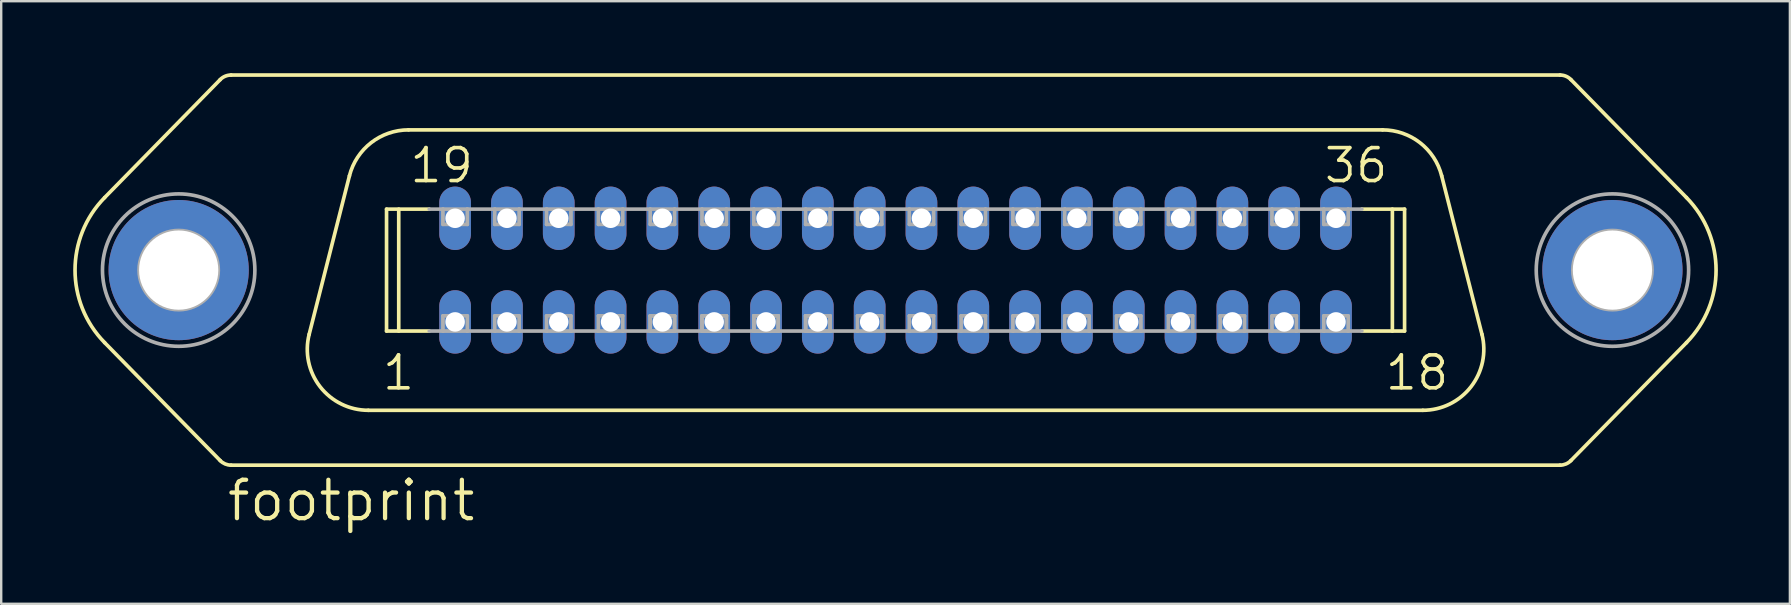
<source format=kicad_pcb>
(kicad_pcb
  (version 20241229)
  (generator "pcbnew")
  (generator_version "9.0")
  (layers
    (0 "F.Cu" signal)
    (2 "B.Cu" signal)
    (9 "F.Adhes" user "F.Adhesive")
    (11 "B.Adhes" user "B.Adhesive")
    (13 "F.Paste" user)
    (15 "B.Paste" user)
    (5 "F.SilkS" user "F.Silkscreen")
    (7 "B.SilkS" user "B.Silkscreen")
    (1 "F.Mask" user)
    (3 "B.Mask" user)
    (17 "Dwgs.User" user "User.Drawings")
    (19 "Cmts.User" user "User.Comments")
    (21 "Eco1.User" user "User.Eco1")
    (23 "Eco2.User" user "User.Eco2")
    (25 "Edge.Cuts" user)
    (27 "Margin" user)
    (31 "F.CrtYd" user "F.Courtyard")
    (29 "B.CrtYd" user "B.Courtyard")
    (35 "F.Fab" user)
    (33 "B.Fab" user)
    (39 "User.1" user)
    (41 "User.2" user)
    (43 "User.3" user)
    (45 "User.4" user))
  (footprint "footprint"
    (layer "F.Cu")
    (at 34.265 8.204)
    (property "Reference" "footprint" (at -27.94 10.541 0) (layer "F.SilkS") (effects (font (size 1.6 1.6) (thickness 0.178)) (justify left bottom)))
    (fp_line (start -28.14 -7.937) (end -32.955 -3.022) (stroke (width 0.152) (type solid)) (layer "F.SilkS"))
    (fp_line (start -28.14 7.937) (end -32.955 3.022) (stroke (width 0.152) (type solid)) (layer "F.SilkS"))
    (fp_line (start -27.686 -8.128) (end 27.686 -8.128) (stroke (width 0.152) (type solid)) (layer "F.SilkS"))
    (fp_line (start -27.686 8.128) (end 27.686 8.128) (stroke (width 0.152) (type solid)) (layer "F.SilkS"))
    (fp_line (start -22.755 -3.928) (end -24.433 2.676) (stroke (width 0.152) (type solid)) (layer "F.SilkS"))
    (fp_line (start -21.971 5.842) (end 21.971 5.842) (stroke (width 0.152) (type solid)) (layer "F.SilkS"))
    (fp_line (start -21.209 -2.54) (end -19.429 -2.54) (stroke (width 0.152) (type solid)) (layer "F.SilkS"))
    (fp_line (start -21.209 2.54) (end -21.209 -2.54) (stroke (width 0.152) (type solid)) (layer "F.SilkS"))
    (fp_line (start -21.209 2.54) (end -19.429 2.54) (stroke (width 0.152) (type solid)) (layer "F.SilkS"))
    (fp_line (start -20.701 2.54) (end -20.701 -2.54) (stroke (width 0.152) (type solid)) (layer "F.SilkS"))
    (fp_line (start -20.293 -5.842) (end 20.293 -5.842) (stroke (width 0.152) (type solid)) (layer "F.SilkS"))
    (fp_line (start 19.429 -2.54) (end 21.209 -2.54) (stroke (width 0.152) (type solid)) (layer "F.SilkS"))
    (fp_line (start 19.429 2.54) (end 21.209 2.54) (stroke (width 0.152) (type solid)) (layer "F.SilkS"))
    (fp_line (start 20.701 2.54) (end 20.701 -2.54) (stroke (width 0.152) (type solid)) (layer "F.SilkS"))
    (fp_line (start 21.209 2.54) (end 21.209 -2.54) (stroke (width 0.152) (type solid)) (layer "F.SilkS"))
    (fp_line (start 22.755 -3.928) (end 24.433 2.676) (stroke (width 0.152) (type solid)) (layer "F.SilkS"))
    (fp_line (start 28.14 -7.937) (end 32.955 -3.022) (stroke (width 0.152) (type solid)) (layer "F.SilkS"))
    (fp_line (start 28.14 7.937) (end 32.955 3.022) (stroke (width 0.152) (type solid)) (layer "F.SilkS"))
    (fp_arc (start -32.954999 3.022001) (mid -34.188365 0.000401) (end -32.955 -3.0212) (stroke (width 0.1524) (type solid)) (layer "F.SilkS"))
    (fp_arc (start -28.14 -7.937) (mid -27.93241 -8.078018) (end -27.6864 -8.1276) (stroke (width 0.1524) (type solid)) (layer "F.SilkS"))
    (fp_arc (start -27.6864 8.1276) (mid -27.93241 8.078018) (end -28.14 7.937) (stroke (width 0.1524) (type solid)) (layer "F.SilkS"))
    (fp_arc (start -22.755 -3.928) (mid -21.852487 -5.307487) (end -20.293199 -5.842401) (stroke (width 0.1524) (type solid)) (layer "F.SilkS"))
    (fp_arc (start -21.971198 5.8416) (mid -23.976285 4.860864) (end -24.433 2.676) (stroke (width 0.1524) (type solid)) (layer "F.SilkS"))
    (fp_arc (start 20.293 -5.842) (mid 21.852288 -5.307086) (end 22.7548 -3.927599) (stroke (width 0.1524) (type solid)) (layer "F.SilkS"))
    (fp_arc (start 24.433 2.675998) (mid 23.976287 4.860862) (end 21.9712 5.8416) (stroke (width 0.1524) (type solid)) (layer "F.SilkS"))
    (fp_arc (start 27.6864 -8.1276) (mid 27.93241 -8.078018) (end 28.14 -7.937) (stroke (width 0.1524) (type solid)) (layer "F.SilkS"))
    (fp_arc (start 28.14 7.937) (mid 27.93241 8.078018) (end 27.6864 8.1276) (stroke (width 0.1524) (type solid)) (layer "F.SilkS"))
    (fp_arc (start 32.954999 -3.021201) (mid 34.188365 0.000399) (end 32.955 3.022) (stroke (width 0.1524) (type solid)) (layer "F.SilkS"))
    (fp_line (start -19.429 -2.54) (end -18.86 -2.54) (stroke (width 0.152) (type solid)) (layer "F.Fab"))
    (fp_line (start -19.429 2.54) (end -18.86 2.54) (stroke (width 0.152) (type solid)) (layer "F.Fab"))
    (fp_line (start -18.86 -2.54) (end -17.843 -2.54) (stroke (width 0.152) (type solid)) (layer "F.Fab"))
    (fp_line (start -18.86 -1.905) (end -18.86 -2.54) (stroke (width 0.152) (type solid)) (layer "F.Fab"))
    (fp_line (start -18.86 1.905) (end -17.843 1.905) (stroke (width 0.152) (type solid)) (layer "F.Fab"))
    (fp_line (start -18.86 2.54) (end -18.86 1.905) (stroke (width 0.152) (type solid)) (layer "F.Fab"))
    (fp_line (start -17.843 -2.54) (end -17.843 -1.905) (stroke (width 0.152) (type solid)) (layer "F.Fab"))
    (fp_line (start -17.843 -2.54) (end -16.701 -2.54) (stroke (width 0.152) (type solid)) (layer "F.Fab"))
    (fp_line (start -17.843 -1.905) (end -18.86 -1.905) (stroke (width 0.152) (type solid)) (layer "F.Fab"))
    (fp_line (start -17.843 1.905) (end -17.843 2.54) (stroke (width 0.152) (type solid)) (layer "F.Fab"))
    (fp_line (start -17.843 2.54) (end -18.86 2.54) (stroke (width 0.152) (type solid)) (layer "F.Fab"))
    (fp_line (start -17.843 2.54) (end -16.701 2.54) (stroke (width 0.152) (type solid)) (layer "F.Fab"))
    (fp_line (start -16.701 -2.54) (end -15.684 -2.54) (stroke (width 0.152) (type solid)) (layer "F.Fab"))
    (fp_line (start -16.701 -1.905) (end -16.701 -2.54) (stroke (width 0.152) (type solid)) (layer "F.Fab"))
    (fp_line (start -16.701 1.905) (end -15.684 1.905) (stroke (width 0.152) (type solid)) (layer "F.Fab"))
    (fp_line (start -16.701 2.54) (end -16.701 1.905) (stroke (width 0.152) (type solid)) (layer "F.Fab"))
    (fp_line (start -15.684 -2.54) (end -15.684 -1.905) (stroke (width 0.152) (type solid)) (layer "F.Fab"))
    (fp_line (start -15.684 -2.54) (end -14.541 -2.54) (stroke (width 0.152) (type solid)) (layer "F.Fab"))
    (fp_line (start -15.684 -1.905) (end -16.701 -1.905) (stroke (width 0.152) (type solid)) (layer "F.Fab"))
    (fp_line (start -15.684 1.905) (end -15.684 2.54) (stroke (width 0.152) (type solid)) (layer "F.Fab"))
    (fp_line (start -15.684 2.54) (end -16.701 2.54) (stroke (width 0.152) (type solid)) (layer "F.Fab"))
    (fp_line (start -15.684 2.54) (end -14.541 2.54) (stroke (width 0.152) (type solid)) (layer "F.Fab"))
    (fp_line (start -14.541 -2.54) (end -13.525 -2.54) (stroke (width 0.152) (type solid)) (layer "F.Fab"))
    (fp_line (start -14.541 -1.905) (end -14.541 -2.54) (stroke (width 0.152) (type solid)) (layer "F.Fab"))
    (fp_line (start -14.541 1.905) (end -13.525 1.905) (stroke (width 0.152) (type solid)) (layer "F.Fab"))
    (fp_line (start -14.541 2.54) (end -14.541 1.905) (stroke (width 0.152) (type solid)) (layer "F.Fab"))
    (fp_line (start -13.525 -2.54) (end -13.525 -1.905) (stroke (width 0.152) (type solid)) (layer "F.Fab"))
    (fp_line (start -13.525 -2.54) (end -12.383 -2.54) (stroke (width 0.152) (type solid)) (layer "F.Fab"))
    (fp_line (start -13.525 -1.905) (end -14.541 -1.905) (stroke (width 0.152) (type solid)) (layer "F.Fab"))
    (fp_line (start -13.525 1.905) (end -13.525 2.54) (stroke (width 0.152) (type solid)) (layer "F.Fab"))
    (fp_line (start -13.525 2.54) (end -14.541 2.54) (stroke (width 0.152) (type solid)) (layer "F.Fab"))
    (fp_line (start -13.525 2.54) (end -12.383 2.54) (stroke (width 0.152) (type solid)) (layer "F.Fab"))
    (fp_line (start -12.383 -2.54) (end -11.367 -2.54) (stroke (width 0.152) (type solid)) (layer "F.Fab"))
    (fp_line (start -12.383 -1.905) (end -12.383 -2.54) (stroke (width 0.152) (type solid)) (layer "F.Fab"))
    (fp_line (start -12.383 1.905) (end -11.367 1.905) (stroke (width 0.152) (type solid)) (layer "F.Fab"))
    (fp_line (start -12.383 2.54) (end -12.383 1.905) (stroke (width 0.152) (type solid)) (layer "F.Fab"))
    (fp_line (start -11.367 -2.54) (end -11.367 -1.905) (stroke (width 0.152) (type solid)) (layer "F.Fab"))
    (fp_line (start -11.367 -2.54) (end -10.223 -2.54) (stroke (width 0.152) (type solid)) (layer "F.Fab"))
    (fp_line (start -11.367 -1.905) (end -12.383 -1.905) (stroke (width 0.152) (type solid)) (layer "F.Fab"))
    (fp_line (start -11.367 1.905) (end -11.367 2.54) (stroke (width 0.152) (type solid)) (layer "F.Fab"))
    (fp_line (start -11.367 2.54) (end -12.383 2.54) (stroke (width 0.152) (type solid)) (layer "F.Fab"))
    (fp_line (start -11.367 2.54) (end -10.223 2.54) (stroke (width 0.152) (type solid)) (layer "F.Fab"))
    (fp_line (start -10.223 -2.54) (end -9.207 -2.54) (stroke (width 0.152) (type solid)) (layer "F.Fab"))
    (fp_line (start -10.223 -1.905) (end -10.223 -2.54) (stroke (width 0.152) (type solid)) (layer "F.Fab"))
    (fp_line (start -10.223 1.905) (end -9.207 1.905) (stroke (width 0.152) (type solid)) (layer "F.Fab"))
    (fp_line (start -10.223 1.905) (end -9.207 1.905) (stroke (width 0.152) (type solid)) (layer "F.Fab"))
    (fp_line (start -10.223 2.54) (end -10.223 1.905) (stroke (width 0.152) (type solid)) (layer "F.Fab"))
    (fp_line (start -10.223 2.54) (end -10.223 1.905) (stroke (width 0.152) (type solid)) (layer "F.Fab"))
    (fp_line (start -9.207 -2.54) (end -9.207 -1.905) (stroke (width 0.152) (type solid)) (layer "F.Fab"))
    (fp_line (start -9.207 -2.54) (end -8.065 -2.54) (stroke (width 0.152) (type solid)) (layer "F.Fab"))
    (fp_line (start -9.207 -1.905) (end -10.223 -1.905) (stroke (width 0.152) (type solid)) (layer "F.Fab"))
    (fp_line (start -9.207 1.905) (end -9.207 2.54) (stroke (width 0.152) (type solid)) (layer "F.Fab"))
    (fp_line (start -9.207 1.905) (end -9.207 2.54) (stroke (width 0.152) (type solid)) (layer "F.Fab"))
    (fp_line (start -9.207 2.54) (end -10.223 2.54) (stroke (width 0.152) (type solid)) (layer "F.Fab"))
    (fp_line (start -9.207 2.54) (end -10.223 2.54) (stroke (width 0.152) (type solid)) (layer "F.Fab"))
    (fp_line (start -9.207 2.54) (end -8.065 2.54) (stroke (width 0.152) (type solid)) (layer "F.Fab"))
    (fp_line (start -8.065 -2.54) (end -7.048 -2.54) (stroke (width 0.152) (type solid)) (layer "F.Fab"))
    (fp_line (start -8.065 -1.905) (end -8.065 -2.54) (stroke (width 0.152) (type solid)) (layer "F.Fab"))
    (fp_line (start -8.065 1.905) (end -7.048 1.905) (stroke (width 0.152) (type solid)) (layer "F.Fab"))
    (fp_line (start -8.065 1.905) (end -7.048 1.905) (stroke (width 0.152) (type solid)) (layer "F.Fab"))
    (fp_line (start -8.065 2.54) (end -8.065 1.905) (stroke (width 0.152) (type solid)) (layer "F.Fab"))
    (fp_line (start -8.065 2.54) (end -8.065 1.905) (stroke (width 0.152) (type solid)) (layer "F.Fab"))
    (fp_line (start -7.048 -2.54) (end -7.048 -1.905) (stroke (width 0.152) (type solid)) (layer "F.Fab"))
    (fp_line (start -7.048 -2.54) (end -5.905 -2.54) (stroke (width 0.152) (type solid)) (layer "F.Fab"))
    (fp_line (start -7.048 -1.905) (end -8.065 -1.905) (stroke (width 0.152) (type solid)) (layer "F.Fab"))
    (fp_line (start -7.048 1.905) (end -7.048 2.54) (stroke (width 0.152) (type solid)) (layer "F.Fab"))
    (fp_line (start -7.048 1.905) (end -7.048 2.54) (stroke (width 0.152) (type solid)) (layer "F.Fab"))
    (fp_line (start -7.048 2.54) (end -8.065 2.54) (stroke (width 0.152) (type solid)) (layer "F.Fab"))
    (fp_line (start -7.048 2.54) (end -8.065 2.54) (stroke (width 0.152) (type solid)) (layer "F.Fab"))
    (fp_line (start -7.048 2.54) (end -5.905 2.54) (stroke (width 0.152) (type solid)) (layer "F.Fab"))
    (fp_line (start -5.905 -2.54) (end -4.889 -2.54) (stroke (width 0.152) (type solid)) (layer "F.Fab"))
    (fp_line (start -5.905 -1.905) (end -5.905 -2.54) (stroke (width 0.152) (type solid)) (layer "F.Fab"))
    (fp_line (start -5.905 1.905) (end -4.889 1.905) (stroke (width 0.152) (type solid)) (layer "F.Fab"))
    (fp_line (start -5.905 1.905) (end -4.889 1.905) (stroke (width 0.152) (type solid)) (layer "F.Fab"))
    (fp_line (start -5.905 2.54) (end -5.905 1.905) (stroke (width 0.152) (type solid)) (layer "F.Fab"))
    (fp_line (start -5.905 2.54) (end -5.905 1.905) (stroke (width 0.152) (type solid)) (layer "F.Fab"))
    (fp_line (start -4.889 -2.54) (end -4.889 -1.905) (stroke (width 0.152) (type solid)) (layer "F.Fab"))
    (fp_line (start -4.889 -2.54) (end -3.747 -2.54) (stroke (width 0.152) (type solid)) (layer "F.Fab"))
    (fp_line (start -4.889 -1.905) (end -5.905 -1.905) (stroke (width 0.152) (type solid)) (layer "F.Fab"))
    (fp_line (start -4.889 1.905) (end -4.889 2.54) (stroke (width 0.152) (type solid)) (layer "F.Fab"))
    (fp_line (start -4.889 1.905) (end -4.889 2.54) (stroke (width 0.152) (type solid)) (layer "F.Fab"))
    (fp_line (start -4.889 2.54) (end -5.905 2.54) (stroke (width 0.152) (type solid)) (layer "F.Fab"))
    (fp_line (start -4.889 2.54) (end -5.905 2.54) (stroke (width 0.152) (type solid)) (layer "F.Fab"))
    (fp_line (start -4.889 2.54) (end -3.747 2.54) (stroke (width 0.152) (type solid)) (layer "F.Fab"))
    (fp_line (start -3.747 -2.54) (end -2.731 -2.54) (stroke (width 0.152) (type solid)) (layer "F.Fab"))
    (fp_line (start -3.747 -1.905) (end -3.747 -2.54) (stroke (width 0.152) (type solid)) (layer "F.Fab"))
    (fp_line (start -3.747 1.905) (end -2.731 1.905) (stroke (width 0.152) (type solid)) (layer "F.Fab"))
    (fp_line (start -3.747 1.905) (end -2.731 1.905) (stroke (width 0.152) (type solid)) (layer "F.Fab"))
    (fp_line (start -3.747 2.54) (end -3.747 1.905) (stroke (width 0.152) (type solid)) (layer "F.Fab"))
    (fp_line (start -3.747 2.54) (end -3.747 1.905) (stroke (width 0.152) (type solid)) (layer "F.Fab"))
    (fp_line (start -2.731 -2.54) (end -2.731 -1.905) (stroke (width 0.152) (type solid)) (layer "F.Fab"))
    (fp_line (start -2.731 -2.54) (end -1.587 -2.54) (stroke (width 0.152) (type solid)) (layer "F.Fab"))
    (fp_line (start -2.731 -1.905) (end -3.747 -1.905) (stroke (width 0.152) (type solid)) (layer "F.Fab"))
    (fp_line (start -2.731 1.905) (end -2.731 2.54) (stroke (width 0.152) (type solid)) (layer "F.Fab"))
    (fp_line (start -2.731 1.905) (end -2.731 2.54) (stroke (width 0.152) (type solid)) (layer "F.Fab"))
    (fp_line (start -2.731 2.54) (end -3.747 2.54) (stroke (width 0.152) (type solid)) (layer "F.Fab"))
    (fp_line (start -2.731 2.54) (end -3.747 2.54) (stroke (width 0.152) (type solid)) (layer "F.Fab"))
    (fp_line (start -2.731 2.54) (end -1.587 2.54) (stroke (width 0.152) (type solid)) (layer "F.Fab"))
    (fp_line (start -1.587 -2.54) (end -0.572 -2.54) (stroke (width 0.152) (type solid)) (layer "F.Fab"))
    (fp_line (start -1.587 -1.905) (end -1.587 -2.54) (stroke (width 0.152) (type solid)) (layer "F.Fab"))
    (fp_line (start -1.587 1.905) (end -0.572 1.905) (stroke (width 0.152) (type solid)) (layer "F.Fab"))
    (fp_line (start -1.587 2.54) (end -1.587 1.905) (stroke (width 0.152) (type solid)) (layer "F.Fab"))
    (fp_line (start -0.572 -2.54) (end -0.572 -1.905) (stroke (width 0.152) (type solid)) (layer "F.Fab"))
    (fp_line (start -0.572 -2.54) (end 0.572 -2.54) (stroke (width 0.152) (type solid)) (layer "F.Fab"))
    (fp_line (start -0.572 -1.905) (end -1.587 -1.905) (stroke (width 0.152) (type solid)) (layer "F.Fab"))
    (fp_line (start -0.572 1.905) (end -0.572 2.54) (stroke (width 0.152) (type solid)) (layer "F.Fab"))
    (fp_line (start -0.572 2.54) (end -1.587 2.54) (stroke (width 0.152) (type solid)) (layer "F.Fab"))
    (fp_line (start -0.572 2.54) (end 0.572 2.54) (stroke (width 0.152) (type solid)) (layer "F.Fab"))
    (fp_line (start 0.572 -2.54) (end 1.587 -2.54) (stroke (width 0.152) (type solid)) (layer "F.Fab"))
    (fp_line (start 0.572 -1.905) (end 0.572 -2.54) (stroke (width 0.152) (type solid)) (layer "F.Fab"))
    (fp_line (start 0.572 1.905) (end 1.587 1.905) (stroke (width 0.152) (type solid)) (layer "F.Fab"))
    (fp_line (start 0.572 2.54) (end 0.572 1.905) (stroke (width 0.152) (type solid)) (layer "F.Fab"))
    (fp_line (start 1.587 -2.54) (end 1.587 -1.905) (stroke (width 0.152) (type solid)) (layer "F.Fab"))
    (fp_line (start 1.587 -2.54) (end 2.731 -2.54) (stroke (width 0.152) (type solid)) (layer "F.Fab"))
    (fp_line (start 1.587 -1.905) (end 0.572 -1.905) (stroke (width 0.152) (type solid)) (layer "F.Fab"))
    (fp_line (start 1.587 1.905) (end 1.587 2.54) (stroke (width 0.152) (type solid)) (layer "F.Fab"))
    (fp_line (start 1.587 2.54) (end 0.572 2.54) (stroke (width 0.152) (type solid)) (layer "F.Fab"))
    (fp_line (start 1.587 2.54) (end 2.731 2.54) (stroke (width 0.152) (type solid)) (layer "F.Fab"))
    (fp_line (start 2.731 -2.54) (end 3.747 -2.54) (stroke (width 0.152) (type solid)) (layer "F.Fab"))
    (fp_line (start 2.731 -1.905) (end 2.731 -2.54) (stroke (width 0.152) (type solid)) (layer "F.Fab"))
    (fp_line (start 2.731 1.905) (end 3.747 1.905) (stroke (width 0.152) (type solid)) (layer "F.Fab"))
    (fp_line (start 2.731 2.54) (end 2.731 1.905) (stroke (width 0.152) (type solid)) (layer "F.Fab"))
    (fp_line (start 3.747 -2.54) (end 3.747 -1.905) (stroke (width 0.152) (type solid)) (layer "F.Fab"))
    (fp_line (start 3.747 -2.54) (end 4.889 -2.54) (stroke (width 0.152) (type solid)) (layer "F.Fab"))
    (fp_line (start 3.747 -1.905) (end 2.731 -1.905) (stroke (width 0.152) (type solid)) (layer "F.Fab"))
    (fp_line (start 3.747 1.905) (end 3.747 2.54) (stroke (width 0.152) (type solid)) (layer "F.Fab"))
    (fp_line (start 3.747 2.54) (end 2.731 2.54) (stroke (width 0.152) (type solid)) (layer "F.Fab"))
    (fp_line (start 3.747 2.54) (end 4.889 2.54) (stroke (width 0.152) (type solid)) (layer "F.Fab"))
    (fp_line (start 4.889 -2.54) (end 5.905 -2.54) (stroke (width 0.152) (type solid)) (layer "F.Fab"))
    (fp_line (start 4.889 -1.905) (end 4.889 -2.54) (stroke (width 0.152) (type solid)) (layer "F.Fab"))
    (fp_line (start 4.889 1.905) (end 5.905 1.905) (stroke (width 0.152) (type solid)) (layer "F.Fab"))
    (fp_line (start 4.889 2.54) (end 4.889 1.905) (stroke (width 0.152) (type solid)) (layer "F.Fab"))
    (fp_line (start 5.905 -2.54) (end 5.905 -1.905) (stroke (width 0.152) (type solid)) (layer "F.Fab"))
    (fp_line (start 5.905 -2.54) (end 7.048 -2.54) (stroke (width 0.152) (type solid)) (layer "F.Fab"))
    (fp_line (start 5.905 -1.905) (end 4.889 -1.905) (stroke (width 0.152) (type solid)) (layer "F.Fab"))
    (fp_line (start 5.905 1.905) (end 5.905 2.54) (stroke (width 0.152) (type solid)) (layer "F.Fab"))
    (fp_line (start 5.905 2.54) (end 4.889 2.54) (stroke (width 0.152) (type solid)) (layer "F.Fab"))
    (fp_line (start 5.905 2.54) (end 7.048 2.54) (stroke (width 0.152) (type solid)) (layer "F.Fab"))
    (fp_line (start 7.048 -2.54) (end 8.065 -2.54) (stroke (width 0.152) (type solid)) (layer "F.Fab"))
    (fp_line (start 7.048 -1.905) (end 7.048 -2.54) (stroke (width 0.152) (type solid)) (layer "F.Fab"))
    (fp_line (start 7.048 1.905) (end 8.065 1.905) (stroke (width 0.152) (type solid)) (layer "F.Fab"))
    (fp_line (start 7.048 2.54) (end 7.048 1.905) (stroke (width 0.152) (type solid)) (layer "F.Fab"))
    (fp_line (start 8.065 -2.54) (end 8.065 -1.905) (stroke (width 0.152) (type solid)) (layer "F.Fab"))
    (fp_line (start 8.065 -2.54) (end 9.207 -2.54) (stroke (width 0.152) (type solid)) (layer "F.Fab"))
    (fp_line (start 8.065 -1.905) (end 7.048 -1.905) (stroke (width 0.152) (type solid)) (layer "F.Fab"))
    (fp_line (start 8.065 1.905) (end 8.065 2.54) (stroke (width 0.152) (type solid)) (layer "F.Fab"))
    (fp_line (start 8.065 2.54) (end 7.048 2.54) (stroke (width 0.152) (type solid)) (layer "F.Fab"))
    (fp_line (start 8.065 2.54) (end 9.207 2.54) (stroke (width 0.152) (type solid)) (layer "F.Fab"))
    (fp_line (start 9.207 -2.54) (end 10.223 -2.54) (stroke (width 0.152) (type solid)) (layer "F.Fab"))
    (fp_line (start 9.207 -1.905) (end 9.207 -2.54) (stroke (width 0.152) (type solid)) (layer "F.Fab"))
    (fp_line (start 9.207 1.905) (end 10.223 1.905) (stroke (width 0.152) (type solid)) (layer "F.Fab"))
    (fp_line (start 9.207 2.54) (end 9.207 1.905) (stroke (width 0.152) (type solid)) (layer "F.Fab"))
    (fp_line (start 10.223 -2.54) (end 10.223 -1.905) (stroke (width 0.152) (type solid)) (layer "F.Fab"))
    (fp_line (start 10.223 -2.54) (end 11.367 -2.54) (stroke (width 0.152) (type solid)) (layer "F.Fab"))
    (fp_line (start 10.223 -1.905) (end 9.207 -1.905) (stroke (width 0.152) (type solid)) (layer "F.Fab"))
    (fp_line (start 10.223 1.905) (end 10.223 2.54) (stroke (width 0.152) (type solid)) (layer "F.Fab"))
    (fp_line (start 10.223 2.54) (end 9.207 2.54) (stroke (width 0.152) (type solid)) (layer "F.Fab"))
    (fp_line (start 10.223 2.54) (end 11.367 2.54) (stroke (width 0.152) (type solid)) (layer "F.Fab"))
    (fp_line (start 11.367 -2.54) (end 12.383 -2.54) (stroke (width 0.152) (type solid)) (layer "F.Fab"))
    (fp_line (start 11.367 -1.905) (end 11.367 -2.54) (stroke (width 0.152) (type solid)) (layer "F.Fab"))
    (fp_line (start 11.367 1.905) (end 12.383 1.905) (stroke (width 0.152) (type solid)) (layer "F.Fab"))
    (fp_line (start 11.367 2.54) (end 11.367 1.905) (stroke (width 0.152) (type solid)) (layer "F.Fab"))
    (fp_line (start 12.383 -2.54) (end 12.383 -1.905) (stroke (width 0.152) (type solid)) (layer "F.Fab"))
    (fp_line (start 12.383 -2.54) (end 13.525 -2.54) (stroke (width 0.152) (type solid)) (layer "F.Fab"))
    (fp_line (start 12.383 -1.905) (end 11.367 -1.905) (stroke (width 0.152) (type solid)) (layer "F.Fab"))
    (fp_line (start 12.383 1.905) (end 12.383 2.54) (stroke (width 0.152) (type solid)) (layer "F.Fab"))
    (fp_line (start 12.383 2.54) (end 11.367 2.54) (stroke (width 0.152) (type solid)) (layer "F.Fab"))
    (fp_line (start 12.383 2.54) (end 13.525 2.54) (stroke (width 0.152) (type solid)) (layer "F.Fab"))
    (fp_line (start 13.525 -2.54) (end 14.541 -2.54) (stroke (width 0.152) (type solid)) (layer "F.Fab"))
    (fp_line (start 13.525 -1.905) (end 13.525 -2.54) (stroke (width 0.152) (type solid)) (layer "F.Fab"))
    (fp_line (start 13.525 1.905) (end 14.541 1.905) (stroke (width 0.152) (type solid)) (layer "F.Fab"))
    (fp_line (start 13.525 2.54) (end 13.525 1.905) (stroke (width 0.152) (type solid)) (layer "F.Fab"))
    (fp_line (start 14.541 -2.54) (end 14.541 -1.905) (stroke (width 0.152) (type solid)) (layer "F.Fab"))
    (fp_line (start 14.541 -2.54) (end 15.684 -2.54) (stroke (width 0.152) (type solid)) (layer "F.Fab"))
    (fp_line (start 14.541 -1.905) (end 13.525 -1.905) (stroke (width 0.152) (type solid)) (layer "F.Fab"))
    (fp_line (start 14.541 1.905) (end 14.541 2.54) (stroke (width 0.152) (type solid)) (layer "F.Fab"))
    (fp_line (start 14.541 2.54) (end 13.525 2.54) (stroke (width 0.152) (type solid)) (layer "F.Fab"))
    (fp_line (start 14.541 2.54) (end 15.684 2.54) (stroke (width 0.152) (type solid)) (layer "F.Fab"))
    (fp_line (start 15.684 -2.54) (end 16.701 -2.54) (stroke (width 0.152) (type solid)) (layer "F.Fab"))
    (fp_line (start 15.684 -1.905) (end 15.684 -2.54) (stroke (width 0.152) (type solid)) (layer "F.Fab"))
    (fp_line (start 15.684 1.905) (end 16.701 1.905) (stroke (width 0.152) (type solid)) (layer "F.Fab"))
    (fp_line (start 15.684 2.54) (end 15.684 1.905) (stroke (width 0.152) (type solid)) (layer "F.Fab"))
    (fp_line (start 16.701 -2.54) (end 16.701 -1.905) (stroke (width 0.152) (type solid)) (layer "F.Fab"))
    (fp_line (start 16.701 -2.54) (end 17.843 -2.54) (stroke (width 0.152) (type solid)) (layer "F.Fab"))
    (fp_line (start 16.701 -1.905) (end 15.684 -1.905) (stroke (width 0.152) (type solid)) (layer "F.Fab"))
    (fp_line (start 16.701 1.905) (end 16.701 2.54) (stroke (width 0.152) (type solid)) (layer "F.Fab"))
    (fp_line (start 16.701 2.54) (end 15.684 2.54) (stroke (width 0.152) (type solid)) (layer "F.Fab"))
    (fp_line (start 16.701 2.54) (end 17.843 2.54) (stroke (width 0.152) (type solid)) (layer "F.Fab"))
    (fp_line (start 17.843 -2.54) (end 18.86 -2.54) (stroke (width 0.152) (type solid)) (layer "F.Fab"))
    (fp_line (start 17.843 -1.905) (end 17.843 -2.54) (stroke (width 0.152) (type solid)) (layer "F.Fab"))
    (fp_line (start 17.843 1.905) (end 18.86 1.905) (stroke (width 0.152) (type solid)) (layer "F.Fab"))
    (fp_line (start 17.843 2.54) (end 17.843 1.905) (stroke (width 0.152) (type solid)) (layer "F.Fab"))
    (fp_line (start 18.86 -2.54) (end 18.86 -1.905) (stroke (width 0.152) (type solid)) (layer "F.Fab"))
    (fp_line (start 18.86 -2.54) (end 19.429 -2.54) (stroke (width 0.152) (type solid)) (layer "F.Fab"))
    (fp_line (start 18.86 -1.905) (end 17.843 -1.905) (stroke (width 0.152) (type solid)) (layer "F.Fab"))
    (fp_line (start 18.86 1.905) (end 18.86 2.54) (stroke (width 0.152) (type solid)) (layer "F.Fab"))
    (fp_line (start 18.86 2.54) (end 17.843 2.54) (stroke (width 0.152) (type solid)) (layer "F.Fab"))
    (fp_line (start 18.86 2.54) (end 19.429 2.54) (stroke (width 0.152) (type solid)) (layer "F.Fab"))
    (fp_circle (center -29.87 0) (end -28.219 0) (stroke (width 0.152) (type solid)) (fill no) (layer "F.Fab"))
    (fp_circle (center -29.87 0) (end -26.695 0) (stroke (width 0.152) (type solid)) (fill no) (layer "F.Fab"))
    (fp_circle (center 29.87 0) (end 31.521 0) (stroke (width 0.152) (type solid)) (fill no) (layer "F.Fab"))
    (fp_circle (center 29.87 0) (end 33.045 0) (stroke (width 0.152) (type solid)) (fill no) (layer "F.Fab"))
    (fp_poly (pts (xy -18.86 -1.905) (xy -17.843 -1.905) (xy -17.843 -2.54) (xy -18.86 -2.54)) (stroke (width 0.1) (type solid)) (fill no) (layer "F.Fab"))
    (fp_poly (pts (xy -18.86 2.54) (xy -17.843 2.54) (xy -17.843 1.905) (xy -18.86 1.905)) (stroke (width 0.1) (type solid)) (fill no) (layer "F.Fab"))
    (fp_poly (pts (xy -16.701 -1.905) (xy -15.684 -1.905) (xy -15.684 -2.54) (xy -16.701 -2.54)) (stroke (width 0.1) (type solid)) (fill no) (layer "F.Fab"))
    (fp_poly (pts (xy -16.701 2.54) (xy -15.684 2.54) (xy -15.684 1.905) (xy -16.701 1.905)) (stroke (width 0.1) (type solid)) (fill no) (layer "F.Fab"))
    (fp_poly (pts (xy -14.541 -1.905) (xy -13.525 -1.905) (xy -13.525 -2.54) (xy -14.541 -2.54)) (stroke (width 0.1) (type solid)) (fill no) (layer "F.Fab"))
    (fp_poly (pts (xy -14.541 2.54) (xy -13.525 2.54) (xy -13.525 1.905) (xy -14.541 1.905)) (stroke (width 0.1) (type solid)) (fill no) (layer "F.Fab"))
    (fp_poly (pts (xy -12.383 -1.905) (xy -11.367 -1.905) (xy -11.367 -2.54) (xy -12.383 -2.54)) (stroke (width 0.1) (type solid)) (fill no) (layer "F.Fab"))
    (fp_poly (pts (xy -12.383 2.54) (xy -11.367 2.54) (xy -11.367 1.905) (xy -12.383 1.905)) (stroke (width 0.1) (type solid)) (fill no) (layer "F.Fab"))
    (fp_poly (pts (xy -10.223 -1.905) (xy -9.207 -1.905) (xy -9.207 -2.54) (xy -10.223 -2.54)) (stroke (width 0.1) (type solid)) (fill no) (layer "F.Fab"))
    (fp_poly (pts (xy -10.223 2.54) (xy -9.207 2.54) (xy -9.207 1.905) (xy -10.223 1.905)) (stroke (width 0.1) (type solid)) (fill no) (layer "F.Fab"))
    (fp_poly (pts (xy -8.065 -1.905) (xy -7.048 -1.905) (xy -7.048 -2.54) (xy -8.065 -2.54)) (stroke (width 0.1) (type solid)) (fill no) (layer "F.Fab"))
    (fp_poly (pts (xy -8.065 2.54) (xy -7.048 2.54) (xy -7.048 1.905) (xy -8.065 1.905)) (stroke (width 0.1) (type solid)) (fill no) (layer "F.Fab"))
    (fp_poly (pts (xy -5.905 -1.905) (xy -4.889 -1.905) (xy -4.889 -2.54) (xy -5.905 -2.54)) (stroke (width 0.1) (type solid)) (fill no) (layer "F.Fab"))
    (fp_poly (pts (xy -5.905 2.54) (xy -4.889 2.54) (xy -4.889 1.905) (xy -5.905 1.905)) (stroke (width 0.1) (type solid)) (fill no) (layer "F.Fab"))
    (fp_poly (pts (xy -3.747 -1.905) (xy -2.731 -1.905) (xy -2.731 -2.54) (xy -3.747 -2.54)) (stroke (width 0.1) (type solid)) (fill no) (layer "F.Fab"))
    (fp_poly (pts (xy -3.747 2.54) (xy -2.731 2.54) (xy -2.731 1.905) (xy -3.747 1.905)) (stroke (width 0.1) (type solid)) (fill no) (layer "F.Fab"))
    (fp_poly (pts (xy -1.587 -1.905) (xy -0.572 -1.905) (xy -0.572 -2.54) (xy -1.587 -2.54)) (stroke (width 0.1) (type solid)) (fill no) (layer "F.Fab"))
    (fp_poly (pts (xy -1.587 2.54) (xy -0.572 2.54) (xy -0.572 1.905) (xy -1.587 1.905)) (stroke (width 0.1) (type solid)) (fill no) (layer "F.Fab"))
    (fp_poly (pts (xy 0.572 -1.905) (xy 1.587 -1.905) (xy 1.587 -2.54) (xy 0.572 -2.54)) (stroke (width 0.1) (type solid)) (fill no) (layer "F.Fab"))
    (fp_poly (pts (xy 0.572 2.54) (xy 1.587 2.54) (xy 1.587 1.905) (xy 0.572 1.905)) (stroke (width 0.1) (type solid)) (fill no) (layer "F.Fab"))
    (fp_poly (pts (xy 2.731 -1.905) (xy 3.747 -1.905) (xy 3.747 -2.54) (xy 2.731 -2.54)) (stroke (width 0.1) (type solid)) (fill no) (layer "F.Fab"))
    (fp_poly (pts (xy 2.731 2.54) (xy 3.747 2.54) (xy 3.747 1.905) (xy 2.731 1.905)) (stroke (width 0.1) (type solid)) (fill no) (layer "F.Fab"))
    (fp_poly (pts (xy 4.889 -1.905) (xy 5.905 -1.905) (xy 5.905 -2.54) (xy 4.889 -2.54)) (stroke (width 0.1) (type solid)) (fill no) (layer "F.Fab"))
    (fp_poly (pts (xy 4.889 2.54) (xy 5.905 2.54) (xy 5.905 1.905) (xy 4.889 1.905)) (stroke (width 0.1) (type solid)) (fill no) (layer "F.Fab"))
    (fp_poly (pts (xy 7.048 -1.905) (xy 8.065 -1.905) (xy 8.065 -2.54) (xy 7.048 -2.54)) (stroke (width 0.1) (type solid)) (fill no) (layer "F.Fab"))
    (fp_poly (pts (xy 7.048 2.54) (xy 8.065 2.54) (xy 8.065 1.905) (xy 7.048 1.905)) (stroke (width 0.1) (type solid)) (fill no) (layer "F.Fab"))
    (fp_poly (pts (xy 9.207 -1.905) (xy 10.223 -1.905) (xy 10.223 -2.54) (xy 9.207 -2.54)) (stroke (width 0.1) (type solid)) (fill no) (layer "F.Fab"))
    (fp_poly (pts (xy 9.207 2.54) (xy 10.223 2.54) (xy 10.223 1.905) (xy 9.207 1.905)) (stroke (width 0.1) (type solid)) (fill no) (layer "F.Fab"))
    (fp_poly (pts (xy 11.367 -1.905) (xy 12.383 -1.905) (xy 12.383 -2.54) (xy 11.367 -2.54)) (stroke (width 0.1) (type solid)) (fill no) (layer "F.Fab"))
    (fp_poly (pts (xy 11.367 2.54) (xy 12.383 2.54) (xy 12.383 1.905) (xy 11.367 1.905)) (stroke (width 0.1) (type solid)) (fill no) (layer "F.Fab"))
    (fp_poly (pts (xy 13.525 -1.905) (xy 14.541 -1.905) (xy 14.541 -2.54) (xy 13.525 -2.54)) (stroke (width 0.1) (type solid)) (fill no) (layer "F.Fab"))
    (fp_poly (pts (xy 13.525 2.54) (xy 14.541 2.54) (xy 14.541 1.905) (xy 13.525 1.905)) (stroke (width 0.1) (type solid)) (fill no) (layer "F.Fab"))
    (fp_poly (pts (xy 15.684 -1.905) (xy 16.701 -1.905) (xy 16.701 -2.54) (xy 15.684 -2.54)) (stroke (width 0.1) (type solid)) (fill no) (layer "F.Fab"))
    (fp_poly (pts (xy 15.684 2.54) (xy 16.701 2.54) (xy 16.701 1.905) (xy 15.684 1.905)) (stroke (width 0.1) (type solid)) (fill no) (layer "F.Fab"))
    (fp_poly (pts (xy 17.843 -1.905) (xy 18.86 -1.905) (xy 18.86 -2.54) (xy 17.843 -2.54)) (stroke (width 0.1) (type solid)) (fill no) (layer "F.Fab"))
    (fp_poly (pts (xy 17.843 2.54) (xy 18.86 2.54) (xy 18.86 1.905) (xy 17.843 1.905)) (stroke (width 0.1) (type solid)) (fill no) (layer "F.Fab"))
    (fp_text user "36" (at 17.78 -3.556 0) (layer "F.SilkS") (effects (font (size 1.372 1.372) (thickness 0.152)) (justify left bottom)))
    (fp_text user "19" (at -20.32 -3.556 0) (layer "F.SilkS") (effects (font (size 1.372 1.372) (thickness 0.152)) (justify left bottom)))
    (fp_text user "18" (at 20.32 5.08 0) (layer "F.SilkS") (effects (font (size 1.372 1.372) (thickness 0.152)) (justify left bottom)))
    (fp_text user "1" (at -21.463 5.08 0) (layer "F.SilkS") (effects (font (size 1.372 1.372) (thickness 0.152)) (justify left bottom)))
    (pad "1" thru_hole oval (at -18.352 2.159 90) (size 2.642 1.321) (drill 0.813) (layers "*.Cu" "*.Mask"))
    (pad "2" thru_hole oval (at -16.192 2.159 90) (size 2.642 1.321) (drill 0.813) (layers "*.Cu" "*.Mask"))
    (pad "3" thru_hole oval (at -14.034 2.159 90) (size 2.642 1.321) (drill 0.813) (layers "*.Cu" "*.Mask"))
    (pad "4" thru_hole oval (at -11.874 2.159 90) (size 2.642 1.321) (drill 0.813) (layers "*.Cu" "*.Mask"))
    (pad "5" thru_hole oval (at -9.716 2.159 90) (size 2.642 1.321) (drill 0.813) (layers "*.Cu" "*.Mask"))
    (pad "6" thru_hole oval (at -7.556 2.159 90) (size 2.642 1.321) (drill 0.813) (layers "*.Cu" "*.Mask"))
    (pad "7" thru_hole oval (at -5.397 2.159 90) (size 2.642 1.321) (drill 0.813) (layers "*.Cu" "*.Mask"))
    (pad "8" thru_hole oval (at -3.239 2.159 90) (size 2.642 1.321) (drill 0.813) (layers "*.Cu" "*.Mask"))
    (pad "9" thru_hole oval (at -1.079 2.159 90) (size 2.642 1.321) (drill 0.813) (layers "*.Cu" "*.Mask"))
    (pad "10" thru_hole oval (at 1.079 2.159 90) (size 2.642 1.321) (drill 0.813) (layers "*.Cu" "*.Mask"))
    (pad "11" thru_hole oval (at 3.239 2.159 90) (size 2.642 1.321) (drill 0.813) (layers "*.Cu" "*.Mask"))
    (pad "12" thru_hole oval (at 5.397 2.159 90) (size 2.642 1.321) (drill 0.813) (layers "*.Cu" "*.Mask"))
    (pad "13" thru_hole oval (at 7.556 2.159 90) (size 2.642 1.321) (drill 0.813) (layers "*.Cu" "*.Mask"))
    (pad "14" thru_hole oval (at 9.716 2.159 90) (size 2.642 1.321) (drill 0.813) (layers "*.Cu" "*.Mask"))
    (pad "15" thru_hole oval (at 11.874 2.159 90) (size 2.642 1.321) (drill 0.813) (layers "*.Cu" "*.Mask"))
    (pad "16" thru_hole oval (at 14.034 2.159 90) (size 2.642 1.321) (drill 0.813) (layers "*.Cu" "*.Mask"))
    (pad "17" thru_hole oval (at 16.192 2.159 90) (size 2.642 1.321) (drill 0.813) (layers "*.Cu" "*.Mask"))
    (pad "18" thru_hole oval (at 18.352 2.159 90) (size 2.642 1.321) (drill 0.813) (layers "*.Cu" "*.Mask"))
    (pad "19" thru_hole oval (at -18.352 -2.159 90) (size 2.642 1.321) (drill 0.813) (layers "*.Cu" "*.Mask"))
    (pad "20" thru_hole oval (at -16.192 -2.159 90) (size 2.642 1.321) (drill 0.813) (layers "*.Cu" "*.Mask"))
    (pad "21" thru_hole oval (at -14.034 -2.159 90) (size 2.642 1.321) (drill 0.813) (layers "*.Cu" "*.Mask"))
    (pad "22" thru_hole oval (at -11.874 -2.159 90) (size 2.642 1.321) (drill 0.813) (layers "*.Cu" "*.Mask"))
    (pad "23" thru_hole oval (at -9.716 -2.159 90) (size 2.642 1.321) (drill 0.813) (layers "*.Cu" "*.Mask"))
    (pad "24" thru_hole oval (at -7.556 -2.159 90) (size 2.642 1.321) (drill 0.813) (layers "*.Cu" "*.Mask"))
    (pad "25" thru_hole oval (at -5.397 -2.159 90) (size 2.642 1.321) (drill 0.813) (layers "*.Cu" "*.Mask"))
    (pad "26" thru_hole oval (at -3.239 -2.159 90) (size 2.642 1.321) (drill 0.813) (layers "*.Cu" "*.Mask"))
    (pad "27" thru_hole oval (at -1.079 -2.159 90) (size 2.642 1.321) (drill 0.813) (layers "*.Cu" "*.Mask"))
    (pad "28" thru_hole oval (at 1.079 -2.159 90) (size 2.642 1.321) (drill 0.813) (layers "*.Cu" "*.Mask"))
    (pad "29" thru_hole oval (at 3.239 -2.159 90) (size 2.642 1.321) (drill 0.813) (layers "*.Cu" "*.Mask"))
    (pad "30" thru_hole oval (at 5.397 -2.159 90) (size 2.642 1.321) (drill 0.813) (layers "*.Cu" "*.Mask"))
    (pad "31" thru_hole oval (at 7.556 -2.159 90) (size 2.642 1.321) (drill 0.813) (layers "*.Cu" "*.Mask"))
    (pad "32" thru_hole oval (at 9.716 -2.159 90) (size 2.642 1.321) (drill 0.813) (layers "*.Cu" "*.Mask"))
    (pad "33" thru_hole oval (at 11.874 -2.159 90) (size 2.642 1.321) (drill 0.813) (layers "*.Cu" "*.Mask"))
    (pad "34" thru_hole oval (at 14.034 -2.159 90) (size 2.642 1.321) (drill 0.813) (layers "*.Cu" "*.Mask"))
    (pad "35" thru_hole oval (at 16.192 -2.159 90) (size 2.642 1.321) (drill 0.813) (layers "*.Cu" "*.Mask"))
    (pad "36" thru_hole oval (at 18.352 -2.159 90) (size 2.642 1.321) (drill 0.813) (layers "*.Cu" "*.Mask"))
    (pad "G" thru_hole circle (at -29.87 0) (size 5.842 5.842) (drill 3.302) (layers "*.Cu" "*.Mask"))
    (pad "G1" thru_hole circle (at 29.87 0) (size 5.842 5.842) (drill 3.302) (layers "*.Cu" "*.Mask")))
  (gr_rect
    (start -3 -3)
    (end 71.529 22.108)
    (stroke (width 0.1) (type default))
    (fill no)
    (layer "Edge.Cuts")))
</source>
